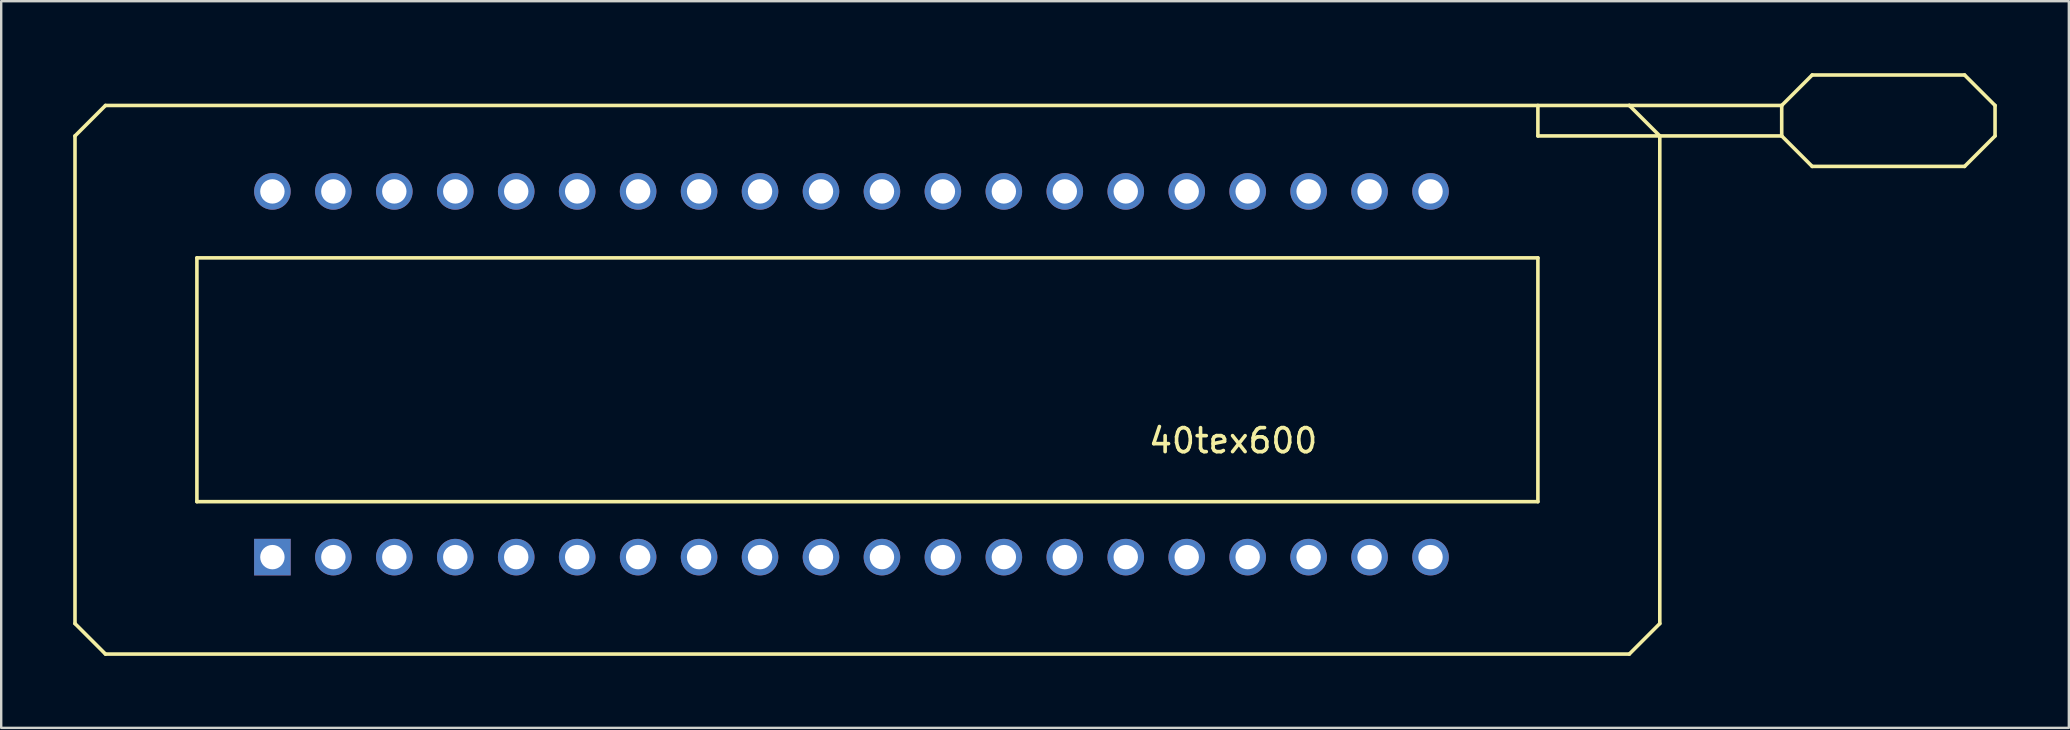
<source format=kicad_pcb>
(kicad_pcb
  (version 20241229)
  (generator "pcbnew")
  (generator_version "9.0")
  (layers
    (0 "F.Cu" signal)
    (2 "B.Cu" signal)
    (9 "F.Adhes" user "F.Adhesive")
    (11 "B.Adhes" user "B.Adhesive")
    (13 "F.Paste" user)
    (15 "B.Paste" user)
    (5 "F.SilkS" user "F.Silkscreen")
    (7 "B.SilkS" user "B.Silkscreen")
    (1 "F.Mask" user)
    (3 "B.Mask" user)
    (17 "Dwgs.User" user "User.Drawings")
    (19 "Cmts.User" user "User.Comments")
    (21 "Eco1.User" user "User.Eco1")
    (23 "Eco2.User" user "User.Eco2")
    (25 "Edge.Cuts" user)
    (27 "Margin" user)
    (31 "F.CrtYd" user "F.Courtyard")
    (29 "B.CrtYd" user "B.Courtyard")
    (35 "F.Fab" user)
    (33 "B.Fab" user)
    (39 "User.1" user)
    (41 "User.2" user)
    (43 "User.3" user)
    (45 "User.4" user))
  (footprint "40tex600"
    (layer "F.Cu")
    (at 32.431 12.546)
    (property "Reference" "40tex600" (at 15.904 2.769 180) (layer "F.SilkS") (effects (font (size 1 1) (thickness 0.15))))
    (attr through_hole)
    (fp_line (start -32.356 -9.931) (end -31.086 -11.201) (stroke (width 0.15) (type solid)) (layer "F.SilkS"))
    (fp_line (start -32.356 10.389) (end -32.356 -9.931) (stroke (width 0.15) (type solid)) (layer "F.SilkS"))
    (fp_line (start -31.086 -11.201) (end 32.414 -11.201) (stroke (width 0.15) (type solid)) (layer "F.SilkS"))
    (fp_line (start -31.086 11.659) (end -32.356 10.389) (stroke (width 0.15) (type solid)) (layer "F.SilkS"))
    (fp_line (start -27.276 -4.851) (end 28.604 -4.851) (stroke (width 0.15) (type solid)) (layer "F.SilkS"))
    (fp_line (start -27.276 5.309) (end -27.276 -4.851) (stroke (width 0.15) (type solid)) (layer "F.SilkS"))
    (fp_line (start 28.604 -9.931) (end 28.604 -11.201) (stroke (width 0.15) (type solid)) (layer "F.SilkS"))
    (fp_line (start 28.604 -4.851) (end 28.604 5.309) (stroke (width 0.15) (type solid)) (layer "F.SilkS"))
    (fp_line (start 28.604 5.309) (end -27.276 5.309) (stroke (width 0.15) (type solid)) (layer "F.SilkS"))
    (fp_line (start 32.414 -11.201) (end 33.684 -9.931) (stroke (width 0.15) (type solid)) (layer "F.SilkS"))
    (fp_line (start 32.414 11.659) (end -31.086 11.659) (stroke (width 0.15) (type solid)) (layer "F.SilkS"))
    (fp_line (start 33.684 -9.931) (end 33.684 10.389) (stroke (width 0.15) (type solid)) (layer "F.SilkS"))
    (fp_line (start 33.684 10.389) (end 32.414 11.659) (stroke (width 0.15) (type solid)) (layer "F.SilkS"))
    (fp_line (start 38.764 -11.201) (end 32.414 -11.201) (stroke (width 0.15) (type solid)) (layer "F.SilkS"))
    (fp_line (start 38.764 -11.201) (end 38.764 -9.931) (stroke (width 0.15) (type solid)) (layer "F.SilkS"))
    (fp_line (start 38.764 -9.931) (end 28.604 -9.931) (stroke (width 0.15) (type solid)) (layer "F.SilkS"))
    (fp_line (start 38.764 -9.931) (end 40.034 -8.661) (stroke (width 0.15) (type solid)) (layer "F.SilkS"))
    (fp_line (start 40.034 -12.471) (end 38.764 -11.201) (stroke (width 0.15) (type solid)) (layer "F.SilkS"))
    (fp_line (start 40.034 -8.661) (end 46.384 -8.661) (stroke (width 0.15) (type solid)) (layer "F.SilkS"))
    (fp_line (start 46.384 -12.471) (end 40.034 -12.471) (stroke (width 0.15) (type solid)) (layer "F.SilkS"))
    (fp_line (start 46.384 -8.661) (end 47.654 -9.931) (stroke (width 0.15) (type solid)) (layer "F.SilkS"))
    (fp_line (start 47.654 -11.201) (end 46.384 -12.471) (stroke (width 0.15) (type solid)) (layer "F.SilkS"))
    (fp_line (start 47.654 -9.931) (end 47.654 -11.201) (stroke (width 0.15) (type solid)) (layer "F.SilkS"))
    (pad "1" thru_hole rect (at -24.13 7.62) (size 1.524 1.524) (drill 1.016) (layers "*.Cu" "*.Mask"))
    (pad "2" thru_hole circle (at -21.59 7.62) (size 1.524 1.524) (drill 1.016) (layers "*.Cu" "*.Mask"))
    (pad "3" thru_hole circle (at -19.05 7.62) (size 1.524 1.524) (drill 1.016) (layers "*.Cu" "*.Mask"))
    (pad "4" thru_hole circle (at -16.51 7.62) (size 1.524 1.524) (drill 1.016) (layers "*.Cu" "*.Mask"))
    (pad "5" thru_hole circle (at -13.97 7.62) (size 1.524 1.524) (drill 1.016) (layers "*.Cu" "*.Mask"))
    (pad "6" thru_hole circle (at -11.43 7.62) (size 1.524 1.524) (drill 1.016) (layers "*.Cu" "*.Mask"))
    (pad "7" thru_hole circle (at -8.89 7.62) (size 1.524 1.524) (drill 1.016) (layers "*.Cu" "*.Mask"))
    (pad "8" thru_hole circle (at -6.35 7.62) (size 1.524 1.524) (drill 1.016) (layers "*.Cu" "*.Mask"))
    (pad "9" thru_hole circle (at -3.81 7.62) (size 1.524 1.524) (drill 1.016) (layers "*.Cu" "*.Mask"))
    (pad "10" thru_hole circle (at -1.27 7.62) (size 1.524 1.524) (drill 1.016) (layers "*.Cu" "*.Mask"))
    (pad "11" thru_hole circle (at 1.27 7.62) (size 1.524 1.524) (drill 1.016) (layers "*.Cu" "*.Mask"))
    (pad "12" thru_hole circle (at 3.81 7.62) (size 1.524 1.524) (drill 1.016) (layers "*.Cu" "*.Mask"))
    (pad "13" thru_hole circle (at 6.35 7.62) (size 1.524 1.524) (drill 1.016) (layers "*.Cu" "*.Mask"))
    (pad "14" thru_hole circle (at 8.89 7.62) (size 1.524 1.524) (drill 1.016) (layers "*.Cu" "*.Mask"))
    (pad "15" thru_hole circle (at 11.43 7.62) (size 1.524 1.524) (drill 1.016) (layers "*.Cu" "*.Mask"))
    (pad "16" thru_hole circle (at 13.97 7.62) (size 1.524 1.524) (drill 1.016) (layers "*.Cu" "*.Mask"))
    (pad "17" thru_hole circle (at 16.51 7.62) (size 1.524 1.524) (drill 1.016) (layers "*.Cu" "*.Mask"))
    (pad "18" thru_hole circle (at 19.05 7.62) (size 1.524 1.524) (drill 1.016) (layers "*.Cu" "*.Mask"))
    (pad "19" thru_hole circle (at 21.59 7.62) (size 1.524 1.524) (drill 1.016) (layers "*.Cu" "*.Mask"))
    (pad "20" thru_hole circle (at 24.13 7.62) (size 1.524 1.524) (drill 1.016) (layers "*.Cu" "*.Mask"))
    (pad "21" thru_hole circle (at 24.13 -7.62) (size 1.524 1.524) (drill 1.016) (layers "*.Cu" "*.Mask"))
    (pad "22" thru_hole circle (at 21.59 -7.62) (size 1.524 1.524) (drill 1.016) (layers "*.Cu" "*.Mask"))
    (pad "23" thru_hole circle (at 19.05 -7.62) (size 1.524 1.524) (drill 1.016) (layers "*.Cu" "*.Mask"))
    (pad "24" thru_hole circle (at 16.51 -7.62) (size 1.524 1.524) (drill 1.016) (layers "*.Cu" "*.Mask"))
    (pad "25" thru_hole circle (at 13.97 -7.62) (size 1.524 1.524) (drill 1.016) (layers "*.Cu" "*.Mask"))
    (pad "26" thru_hole circle (at 11.43 -7.62) (size 1.524 1.524) (drill 1.016) (layers "*.Cu" "*.Mask"))
    (pad "27" thru_hole circle (at 8.89 -7.62) (size 1.524 1.524) (drill 1.016) (layers "*.Cu" "*.Mask"))
    (pad "28" thru_hole circle (at 6.35 -7.62) (size 1.524 1.524) (drill 1.016) (layers "*.Cu" "*.Mask"))
    (pad "29" thru_hole circle (at 3.81 -7.62) (size 1.524 1.524) (drill 1.016) (layers "*.Cu" "*.Mask"))
    (pad "30" thru_hole circle (at 1.27 -7.62) (size 1.524 1.524) (drill 1.016) (layers "*.Cu" "*.Mask"))
    (pad "31" thru_hole circle (at -1.27 -7.62) (size 1.524 1.524) (drill 1.016) (layers "*.Cu" "*.Mask"))
    (pad "32" thru_hole circle (at -3.81 -7.62) (size 1.524 1.524) (drill 1.016) (layers "*.Cu" "*.Mask"))
    (pad "33" thru_hole circle (at -6.35 -7.62) (size 1.524 1.524) (drill 1.016) (layers "*.Cu" "*.Mask"))
    (pad "34" thru_hole circle (at -8.89 -7.62) (size 1.524 1.524) (drill 1.016) (layers "*.Cu" "*.Mask"))
    (pad "35" thru_hole circle (at -11.43 -7.62) (size 1.524 1.524) (drill 1.016) (layers "*.Cu" "*.Mask"))
    (pad "36" thru_hole circle (at -13.97 -7.62) (size 1.524 1.524) (drill 1.016) (layers "*.Cu" "*.Mask"))
    (pad "37" thru_hole circle (at -16.51 -7.62) (size 1.524 1.524) (drill 1.016) (layers "*.Cu" "*.Mask"))
    (pad "38" thru_hole circle (at -19.05 -7.62) (size 1.524 1.524) (drill 1.016) (layers "*.Cu" "*.Mask"))
    (pad "39" thru_hole circle (at -21.59 -7.62) (size 1.524 1.524) (drill 1.016) (layers "*.Cu" "*.Mask"))
    (pad "40" thru_hole circle (at -24.13 -7.62) (size 1.524 1.524) (drill 1.016) (layers "*.Cu" "*.Mask")))
  (gr_rect
    (start -3 -3)
    (end 83.16 27.28)
    (stroke (width 0.1) (type default))
    (fill no)
    (layer "Edge.Cuts")))
</source>
